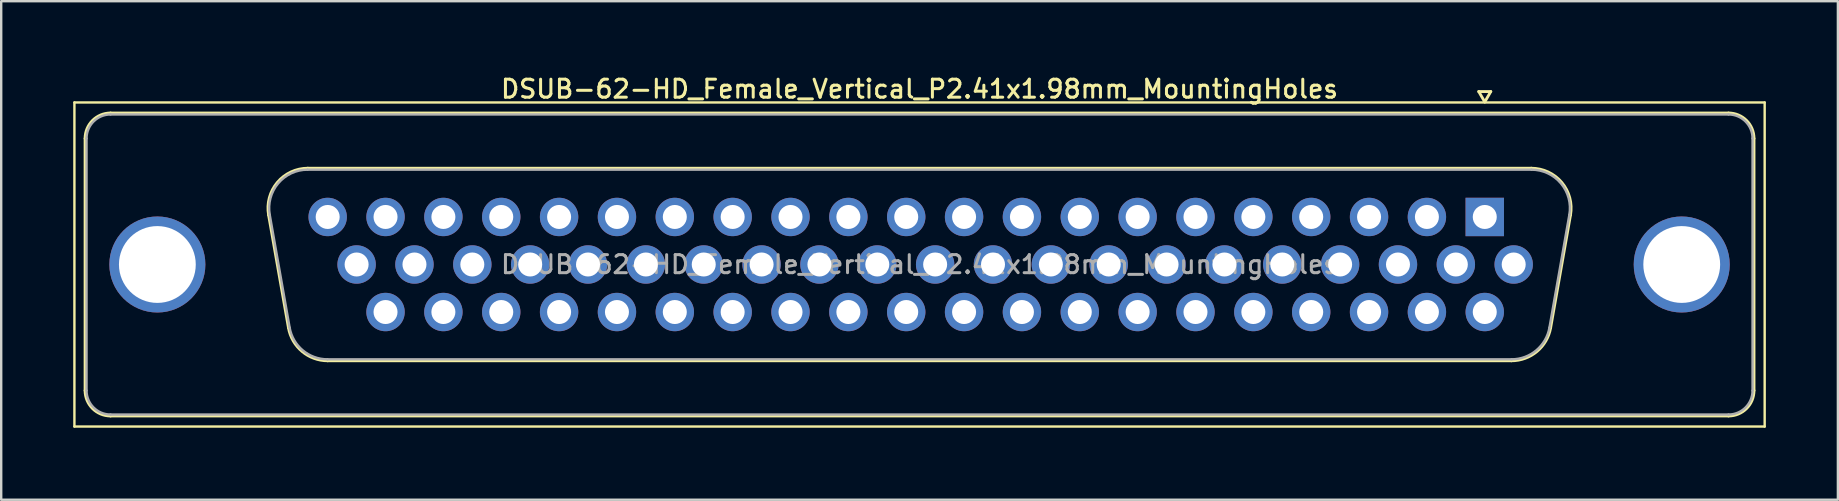
<source format=kicad_pcb>
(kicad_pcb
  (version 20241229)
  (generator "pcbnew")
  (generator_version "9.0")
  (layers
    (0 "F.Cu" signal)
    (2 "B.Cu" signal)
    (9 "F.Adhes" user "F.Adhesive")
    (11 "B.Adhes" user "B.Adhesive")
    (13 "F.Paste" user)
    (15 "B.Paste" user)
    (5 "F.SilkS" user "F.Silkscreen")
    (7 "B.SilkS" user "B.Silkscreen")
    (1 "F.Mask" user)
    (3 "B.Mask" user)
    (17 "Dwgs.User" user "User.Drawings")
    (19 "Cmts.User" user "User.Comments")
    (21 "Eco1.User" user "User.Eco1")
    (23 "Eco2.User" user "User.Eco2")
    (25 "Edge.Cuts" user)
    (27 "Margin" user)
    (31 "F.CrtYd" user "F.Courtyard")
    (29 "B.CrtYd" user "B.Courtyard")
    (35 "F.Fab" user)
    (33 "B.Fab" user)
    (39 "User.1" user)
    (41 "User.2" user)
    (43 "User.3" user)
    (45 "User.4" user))
  (footprint "DSUB-62-HD_Female_Vertical_P2.41x1.98mm_MountingHoles"
    (layer "F.Cu")
    (at 58.8 5.988)
    (property "Reference" "DSUB-62-HD_Female_Vertical_P2.41x1.98mm_MountingHoles" (at -23.545 -5.33 0) (layer "F.SilkS") (effects (font (size 0.75 0.75) (thickness 0.125))))
    (attr through_hole)
    (fp_line (start -58.75 -4.77) (end -58.75 8.73) (stroke (width 0.1) (type solid)) (layer "F.SilkS"))
    (fp_line (start -58.75 8.73) (end 11.66 8.73) (stroke (width 0.1) (type solid)) (layer "F.SilkS"))
    (fp_line (start -58.305 7.23) (end -58.305 -3.27) (stroke (width 0.12) (type solid)) (layer "F.SilkS"))
    (fp_line (start -57.245 -4.33) (end 10.155 -4.33) (stroke (width 0.12) (type solid)) (layer "F.SilkS"))
    (fp_line (start -50.661 -0.082) (end -49.833 4.618) (stroke (width 0.12) (type solid)) (layer "F.SilkS"))
    (fp_line (start -49.027 -2.03) (end 1.937 -2.03) (stroke (width 0.12) (type solid)) (layer "F.SilkS"))
    (fp_line (start -48.198 5.99) (end 1.108 5.99) (stroke (width 0.12) (type solid)) (layer "F.SilkS"))
    (fp_line (start -0.25 -5.224) (end 0.25 -5.224) (stroke (width 0.12) (type solid)) (layer "F.SilkS"))
    (fp_line (start 0 -4.791) (end -0.25 -5.224) (stroke (width 0.12) (type solid)) (layer "F.SilkS"))
    (fp_line (start 0.25 -5.224) (end 0 -4.791) (stroke (width 0.12) (type solid)) (layer "F.SilkS"))
    (fp_line (start 3.571 -0.082) (end 2.743 4.618) (stroke (width 0.12) (type solid)) (layer "F.SilkS"))
    (fp_line (start 10.155 8.29) (end -57.245 8.29) (stroke (width 0.12) (type solid)) (layer "F.SilkS"))
    (fp_line (start 11.215 -3.27) (end 11.215 7.23) (stroke (width 0.12) (type solid)) (layer "F.SilkS"))
    (fp_line (start 11.66 -4.77) (end -58.75 -4.77) (stroke (width 0.1) (type solid)) (layer "F.SilkS"))
    (fp_line (start 11.66 8.73) (end 11.66 -4.77) (stroke (width 0.1) (type solid)) (layer "F.SilkS"))
    (fp_arc (start -58.305 -3.27) (mid -57.994533 -4.019533) (end -57.245 -4.33) (stroke (width 0.12) (type solid)) (layer "F.SilkS"))
    (fp_arc (start -57.245 8.29) (mid -57.994533 7.979533) (end -58.305 7.23) (stroke (width 0.12) (type solid)) (layer "F.SilkS"))
    (fp_arc (start -50.66147 -0.081744) (mid -50.298323 -1.437027) (end -49.026689 -2.03) (stroke (width 0.12) (type solid)) (layer "F.SilkS"))
    (fp_arc (start -48.197952 5.99) (mid -49.26498 5.601634) (end -49.832733 4.618256) (stroke (width 0.12) (type solid)) (layer "F.SilkS"))
    (fp_arc (start 1.936689 -2.03) (mid 3.208323 -1.437027) (end 3.57147 -0.081744) (stroke (width 0.12) (type solid)) (layer "F.SilkS"))
    (fp_arc (start 2.742733 4.618256) (mid 2.17498 5.601634) (end 1.107952 5.99) (stroke (width 0.12) (type solid)) (layer "F.SilkS"))
    (fp_arc (start 10.155 -4.33) (mid 10.904533 -4.019533) (end 11.215 -3.27) (stroke (width 0.12) (type solid)) (layer "F.SilkS"))
    (fp_arc (start 11.215 7.23) (mid 10.904533 7.979533) (end 10.155 8.29) (stroke (width 0.12) (type solid)) (layer "F.SilkS"))
    (fp_line (start -58.245 7.23) (end -58.245 -3.27) (stroke (width 0.1) (type solid)) (layer "F.Fab"))
    (fp_line (start -57.245 -4.27) (end 10.155 -4.27) (stroke (width 0.1) (type solid)) (layer "F.Fab"))
    (fp_line (start -50.614 -0.092) (end -49.785 4.608) (stroke (width 0.1) (type solid)) (layer "F.Fab"))
    (fp_line (start -49.038 -1.97) (end 1.948 -1.97) (stroke (width 0.1) (type solid)) (layer "F.Fab"))
    (fp_line (start -48.209 5.93) (end 1.119 5.93) (stroke (width 0.1) (type solid)) (layer "F.Fab"))
    (fp_line (start 3.524 -0.092) (end 2.695 4.608) (stroke (width 0.1) (type solid)) (layer "F.Fab"))
    (fp_line (start 10.155 8.23) (end -57.245 8.23) (stroke (width 0.1) (type solid)) (layer "F.Fab"))
    (fp_line (start 11.155 -3.27) (end 11.155 7.23) (stroke (width 0.1) (type solid)) (layer "F.Fab"))
    (fp_arc (start -58.245 -3.27) (mid -57.952107 -3.977107) (end -57.245 -4.27) (stroke (width 0.1) (type solid)) (layer "F.Fab"))
    (fp_arc (start -57.245 8.23) (mid -57.952107 7.937107) (end -58.245 7.23) (stroke (width 0.1) (type solid)) (layer "F.Fab"))
    (fp_arc (start -50.613887 -0.092163) (mid -50.263865 -1.39846) (end -49.038194 -1.97) (stroke (width 0.1) (type solid)) (layer "F.Fab"))
    (fp_arc (start -48.209457 5.93) (mid -49.237918 5.555671) (end -49.78515 4.607837) (stroke (width 0.1) (type solid)) (layer "F.Fab"))
    (fp_arc (start 1.948194 -1.97) (mid 3.173865 -1.39846) (end 3.523887 -0.092163) (stroke (width 0.1) (type solid)) (layer "F.Fab"))
    (fp_arc (start 2.69515 4.607837) (mid 2.147918 5.555671) (end 1.119457 5.93) (stroke (width 0.1) (type solid)) (layer "F.Fab"))
    (fp_arc (start 10.155 -4.27) (mid 10.862107 -3.977107) (end 11.155 -3.27) (stroke (width 0.1) (type solid)) (layer "F.Fab"))
    (fp_arc (start 11.155 7.23) (mid 10.862107 7.937107) (end 10.155 8.23) (stroke (width 0.1) (type solid)) (layer "F.Fab"))
    (fp_text user "${REFERENCE}" (at -23.545 1.98 0) (layer "F.Fab") (effects (font (size 0.75 0.75) (thickness 0.125))))
    (pad "0" thru_hole circle (at -55.295 1.98) (size 4 4) (drill 3.2) (layers "*.Cu" "*.Mask"))
    (pad "0" thru_hole circle (at 8.205 1.98) (size 4 4) (drill 3.2) (layers "*.Cu" "*.Mask"))
    (pad "1" thru_hole rect (at 0 0) (size 1.6 1.6) (drill 1) (layers "*.Cu" "*.Mask"))
    (pad "2" thru_hole circle (at -2.41 0) (size 1.6 1.6) (drill 1) (layers "*.Cu" "*.Mask"))
    (pad "3" thru_hole circle (at -4.82 0) (size 1.6 1.6) (drill 1) (layers "*.Cu" "*.Mask"))
    (pad "4" thru_hole circle (at -7.23 0) (size 1.6 1.6) (drill 1) (layers "*.Cu" "*.Mask"))
    (pad "5" thru_hole circle (at -9.64 0) (size 1.6 1.6) (drill 1) (layers "*.Cu" "*.Mask"))
    (pad "6" thru_hole circle (at -12.05 0) (size 1.6 1.6) (drill 1) (layers "*.Cu" "*.Mask"))
    (pad "7" thru_hole circle (at -14.46 0) (size 1.6 1.6) (drill 1) (layers "*.Cu" "*.Mask"))
    (pad "8" thru_hole circle (at -16.87 0) (size 1.6 1.6) (drill 1) (layers "*.Cu" "*.Mask"))
    (pad "9" thru_hole circle (at -19.28 0) (size 1.6 1.6) (drill 1) (layers "*.Cu" "*.Mask"))
    (pad "10" thru_hole circle (at -21.69 0) (size 1.6 1.6) (drill 1) (layers "*.Cu" "*.Mask"))
    (pad "11" thru_hole circle (at -24.1 0) (size 1.6 1.6) (drill 1) (layers "*.Cu" "*.Mask"))
    (pad "12" thru_hole circle (at -26.51 0) (size 1.6 1.6) (drill 1) (layers "*.Cu" "*.Mask"))
    (pad "13" thru_hole circle (at -28.92 0) (size 1.6 1.6) (drill 1) (layers "*.Cu" "*.Mask"))
    (pad "14" thru_hole circle (at -31.33 0) (size 1.6 1.6) (drill 1) (layers "*.Cu" "*.Mask"))
    (pad "15" thru_hole circle (at -33.74 0) (size 1.6 1.6) (drill 1) (layers "*.Cu" "*.Mask"))
    (pad "16" thru_hole circle (at -36.15 0) (size 1.6 1.6) (drill 1) (layers "*.Cu" "*.Mask"))
    (pad "17" thru_hole circle (at -38.56 0) (size 1.6 1.6) (drill 1) (layers "*.Cu" "*.Mask"))
    (pad "18" thru_hole circle (at -40.97 0) (size 1.6 1.6) (drill 1) (layers "*.Cu" "*.Mask"))
    (pad "19" thru_hole circle (at -43.38 0) (size 1.6 1.6) (drill 1) (layers "*.Cu" "*.Mask"))
    (pad "20" thru_hole circle (at -45.79 0) (size 1.6 1.6) (drill 1) (layers "*.Cu" "*.Mask"))
    (pad "21" thru_hole circle (at -48.2 0) (size 1.6 1.6) (drill 1) (layers "*.Cu" "*.Mask"))
    (pad "22" thru_hole circle (at 1.205 1.98) (size 1.6 1.6) (drill 1) (layers "*.Cu" "*.Mask"))
    (pad "23" thru_hole circle (at -1.205 1.98) (size 1.6 1.6) (drill 1) (layers "*.Cu" "*.Mask"))
    (pad "24" thru_hole circle (at -3.615 1.98) (size 1.6 1.6) (drill 1) (layers "*.Cu" "*.Mask"))
    (pad "25" thru_hole circle (at -6.025 1.98) (size 1.6 1.6) (drill 1) (layers "*.Cu" "*.Mask"))
    (pad "26" thru_hole circle (at -8.435 1.98) (size 1.6 1.6) (drill 1) (layers "*.Cu" "*.Mask"))
    (pad "27" thru_hole circle (at -10.845 1.98) (size 1.6 1.6) (drill 1) (layers "*.Cu" "*.Mask"))
    (pad "28" thru_hole circle (at -13.255 1.98) (size 1.6 1.6) (drill 1) (layers "*.Cu" "*.Mask"))
    (pad "29" thru_hole circle (at -15.665 1.98) (size 1.6 1.6) (drill 1) (layers "*.Cu" "*.Mask"))
    (pad "30" thru_hole circle (at -18.075 1.98) (size 1.6 1.6) (drill 1) (layers "*.Cu" "*.Mask"))
    (pad "31" thru_hole circle (at -20.485 1.98) (size 1.6 1.6) (drill 1) (layers "*.Cu" "*.Mask"))
    (pad "32" thru_hole circle (at -22.895 1.98) (size 1.6 1.6) (drill 1) (layers "*.Cu" "*.Mask"))
    (pad "33" thru_hole circle (at -25.305 1.98) (size 1.6 1.6) (drill 1) (layers "*.Cu" "*.Mask"))
    (pad "34" thru_hole circle (at -27.715 1.98) (size 1.6 1.6) (drill 1) (layers "*.Cu" "*.Mask"))
    (pad "35" thru_hole circle (at -30.125 1.98) (size 1.6 1.6) (drill 1) (layers "*.Cu" "*.Mask"))
    (pad "36" thru_hole circle (at -32.535 1.98) (size 1.6 1.6) (drill 1) (layers "*.Cu" "*.Mask"))
    (pad "37" thru_hole circle (at -34.945 1.98) (size 1.6 1.6) (drill 1) (layers "*.Cu" "*.Mask"))
    (pad "38" thru_hole circle (at -37.355 1.98) (size 1.6 1.6) (drill 1) (layers "*.Cu" "*.Mask"))
    (pad "39" thru_hole circle (at -39.765 1.98) (size 1.6 1.6) (drill 1) (layers "*.Cu" "*.Mask"))
    (pad "40" thru_hole circle (at -42.175 1.98) (size 1.6 1.6) (drill 1) (layers "*.Cu" "*.Mask"))
    (pad "41" thru_hole circle (at -44.585 1.98) (size 1.6 1.6) (drill 1) (layers "*.Cu" "*.Mask"))
    (pad "42" thru_hole circle (at -46.995 1.98) (size 1.6 1.6) (drill 1) (layers "*.Cu" "*.Mask"))
    (pad "43" thru_hole circle (at 0 3.96) (size 1.6 1.6) (drill 1) (layers "*.Cu" "*.Mask"))
    (pad "44" thru_hole circle (at -2.41 3.96) (size 1.6 1.6) (drill 1) (layers "*.Cu" "*.Mask"))
    (pad "45" thru_hole circle (at -4.82 3.96) (size 1.6 1.6) (drill 1) (layers "*.Cu" "*.Mask"))
    (pad "46" thru_hole circle (at -7.23 3.96) (size 1.6 1.6) (drill 1) (layers "*.Cu" "*.Mask"))
    (pad "47" thru_hole circle (at -9.64 3.96) (size 1.6 1.6) (drill 1) (layers "*.Cu" "*.Mask"))
    (pad "48" thru_hole circle (at -12.05 3.96) (size 1.6 1.6) (drill 1) (layers "*.Cu" "*.Mask"))
    (pad "49" thru_hole circle (at -14.46 3.96) (size 1.6 1.6) (drill 1) (layers "*.Cu" "*.Mask"))
    (pad "50" thru_hole circle (at -16.87 3.96) (size 1.6 1.6) (drill 1) (layers "*.Cu" "*.Mask"))
    (pad "51" thru_hole circle (at -19.28 3.96) (size 1.6 1.6) (drill 1) (layers "*.Cu" "*.Mask"))
    (pad "52" thru_hole circle (at -21.69 3.96) (size 1.6 1.6) (drill 1) (layers "*.Cu" "*.Mask"))
    (pad "53" thru_hole circle (at -24.1 3.96) (size 1.6 1.6) (drill 1) (layers "*.Cu" "*.Mask"))
    (pad "54" thru_hole circle (at -26.51 3.96) (size 1.6 1.6) (drill 1) (layers "*.Cu" "*.Mask"))
    (pad "55" thru_hole circle (at -28.92 3.96) (size 1.6 1.6) (drill 1) (layers "*.Cu" "*.Mask"))
    (pad "56" thru_hole circle (at -31.33 3.96) (size 1.6 1.6) (drill 1) (layers "*.Cu" "*.Mask"))
    (pad "57" thru_hole circle (at -33.74 3.96) (size 1.6 1.6) (drill 1) (layers "*.Cu" "*.Mask"))
    (pad "58" thru_hole circle (at -36.15 3.96) (size 1.6 1.6) (drill 1) (layers "*.Cu" "*.Mask"))
    (pad "59" thru_hole circle (at -38.56 3.96) (size 1.6 1.6) (drill 1) (layers "*.Cu" "*.Mask"))
    (pad "60" thru_hole circle (at -40.97 3.96) (size 1.6 1.6) (drill 1) (layers "*.Cu" "*.Mask"))
    (pad "61" thru_hole circle (at -43.38 3.96) (size 1.6 1.6) (drill 1) (layers "*.Cu" "*.Mask"))
    (pad "62" thru_hole circle (at -45.79 3.96) (size 1.6 1.6) (drill 1) (layers "*.Cu" "*.Mask")))
  (gr_rect
    (start -3 -3)
    (end 73.51 17.768)
    (stroke (width 0.1) (type default))
    (fill no)
    (layer "Edge.Cuts")))
</source>
